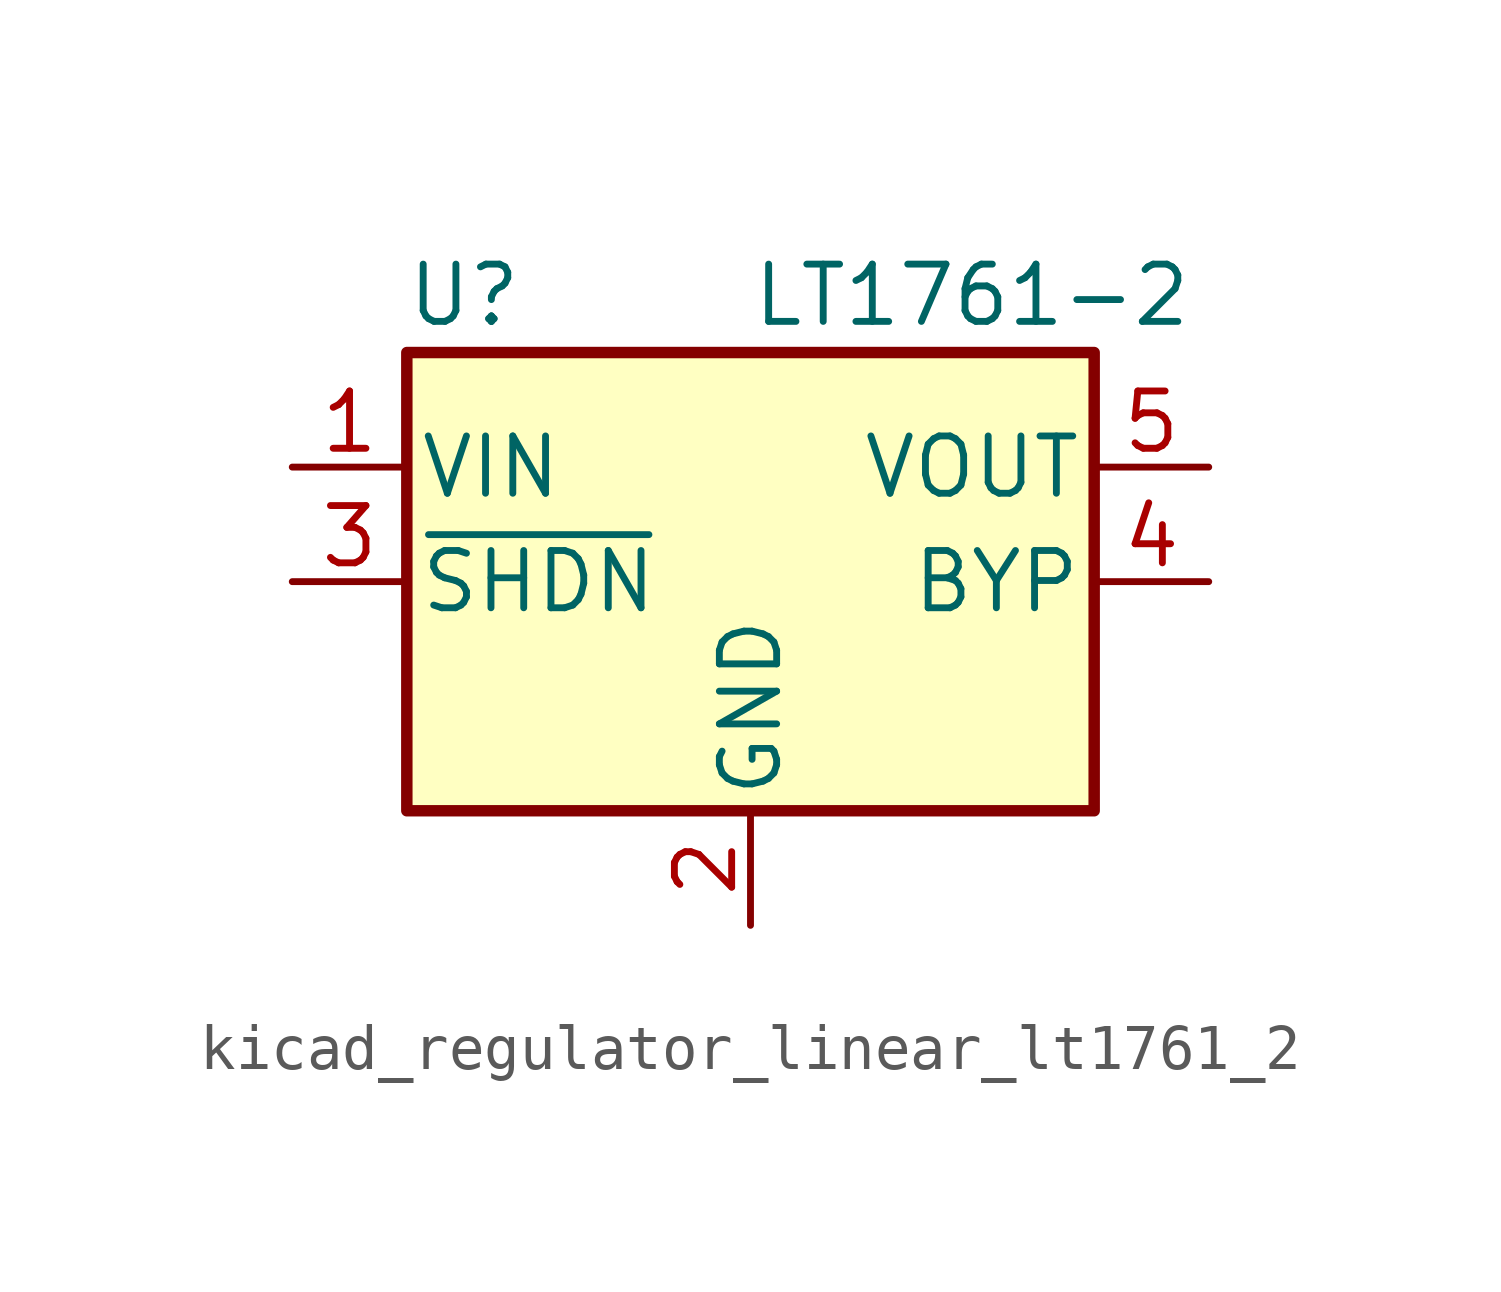
<source format=kicad_sym>
(kicad_symbol_lib
  (version 20220914)
  (generator kicad_symbol_editor)
  (symbol "kicad_regulator_linear_lt1761_2"
    (pin_names
      (offset 0.254))
    (property "Reference" "U"
      (at -6.35 6.35 0)
      (effects (font (size 1.27 1.27))))
    (property "Value" "LT1761-2"
      (at 0 6.35 0)
      (effects (font (size 1.27 1.27)) (justify left)))
    (symbol "kicad_regulator_linear_lt1761_2_0_1"
      (rectangle (start -7.62 5.08) (end 7.62 -5.08) (stroke (width 0.254) (type default)) (fill (type background))))
    (symbol "kicad_regulator_linear_lt1761_2_1_1"
      (pin power_in line (at -10.16 2.54 0) (length 2.54) (name "VIN" (effects (font (size 1.27 1.27)))) (number "1" (effects (font (size 1.27 1.27)))))
      (pin power_in line (at 0 -7.62 90) (length 2.54) (name "GND" (effects (font (size 1.27 1.27)))) (number "2" (effects (font (size 1.27 1.27)))))
      (pin input line (at -10.16 0 0) (length 2.54) (name "~{SHDN}" (effects (font (size 1.27 1.27)))) (number "3" (effects (font (size 1.27 1.27)))))
      (pin passive line (at 10.16 0 180) (length 2.54) (name "BYP" (effects (font (size 1.27 1.27)))) (number "4" (effects (font (size 1.27 1.27)))))
      (pin power_out line (at 10.16 2.54 180) (length 2.54) (name "VOUT" (effects (font (size 1.27 1.27)))) (number "5" (effects (font (size 1.27 1.27))))))))
</source>
